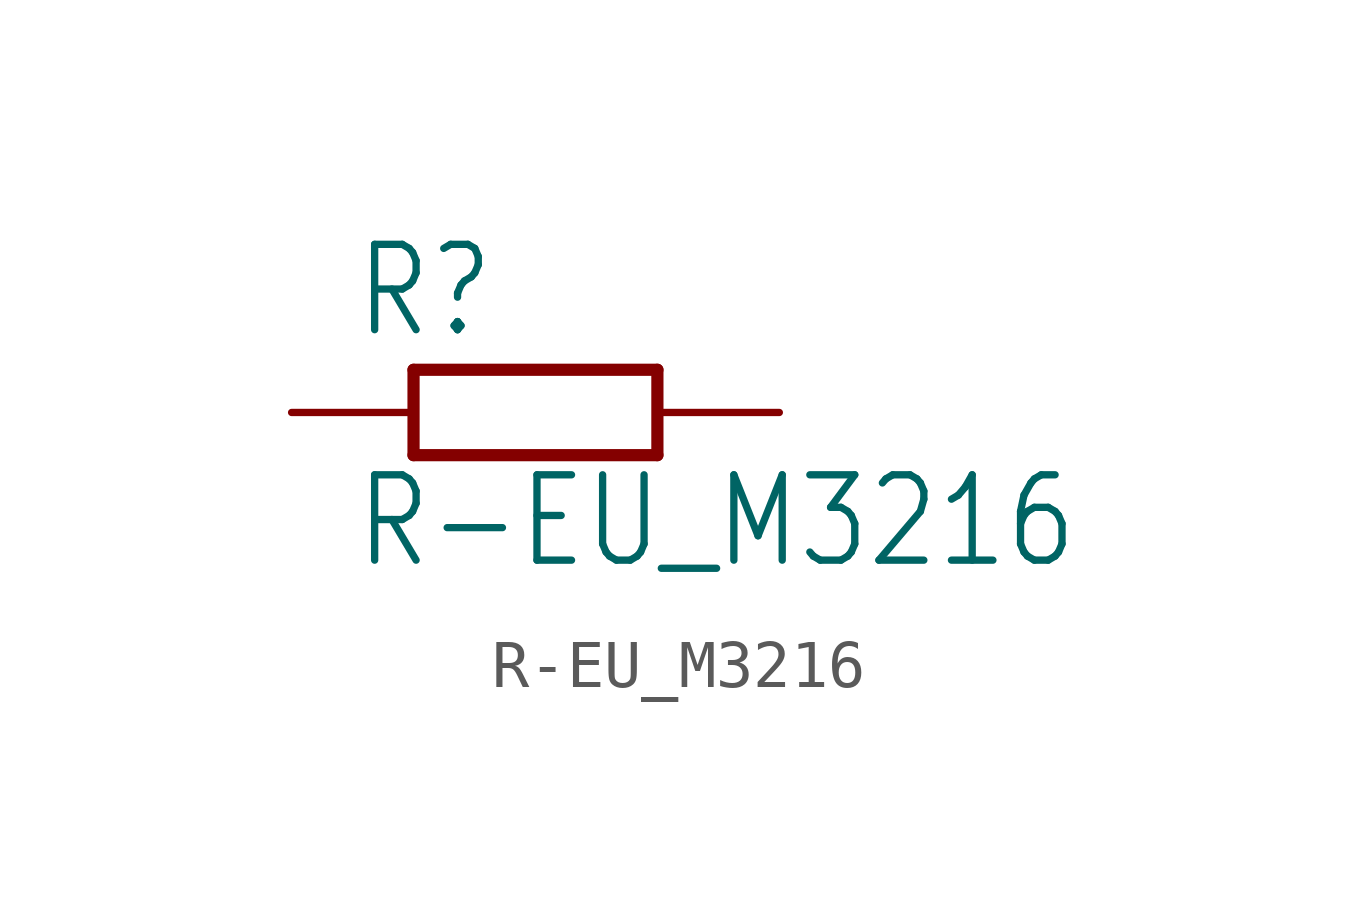
<source format=kicad_sym>
(kicad_symbol_lib
  (version 20220331)
  (generator kicad_symbol_editor)
  (symbol "R-EU_M3216"
    (property "Reference" "R"
      (at -3.81 1.499 0)
      (effects (font (size 1.778 1.511)) (justify left bottom)))
    (property "Value" "R-EU_M3216"
      (at -3.81 -3.302 0)
      (effects (font (size 1.778 1.511)) (justify left bottom)))
    (property "ki_locked" ""
      (at 0 0 0)
      (effects (font (size 1.27 1.27))))
    (symbol "R-EU_M3216_1_0"
      (polyline (pts (xy -2.54 -0.889) (xy -2.54 0.889)) (stroke (width 0.254) (type solid)) (fill (type none)))
      (polyline (pts (xy -2.54 -0.889) (xy 2.54 -0.889)) (stroke (width 0.254) (type solid)) (fill (type none)))
      (polyline (pts (xy 2.54 -0.889) (xy 2.54 0.889)) (stroke (width 0.254) (type solid)) (fill (type none)))
      (polyline (pts (xy 2.54 0.889) (xy -2.54 0.889)) (stroke (width 0.254) (type solid)) (fill (type none)))
      (pin passive line (at -5.08 0 0) (length 2.54) (name "1" (effects (font (size 0 0)))) (number "1" (effects (font (size 0 0)))))
      (pin passive line (at 5.08 0 180) (length 2.54) (name "2" (effects (font (size 0 0)))) (number "2" (effects (font (size 0 0))))))))
</source>
